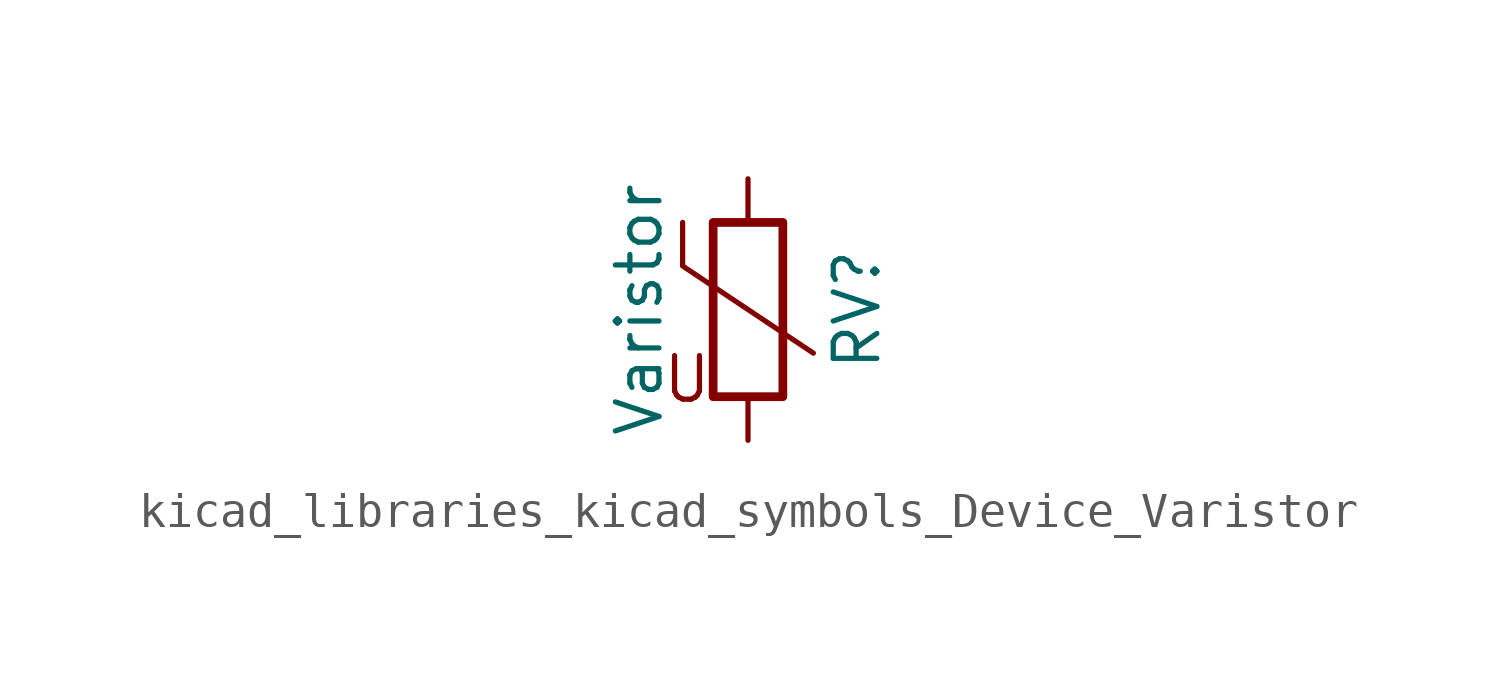
<source format=kicad_sym>
(kicad_symbol_lib
  (version 20220914)
  (generator kicad_symbol_editor)
  (symbol "kicad_libraries_kicad_symbols_Device_Varistor"
    (pin_numbers hide)
    (pin_names
      (offset 0))
    (property "Reference" "RV"
      (at 3.175 0 90)
      (effects (font (size 1.27 1.27))))
    (property "Value" "Varistor"
      (at -3.175 0 90)
      (effects (font (size 1.27 1.27))))
    (symbol "kicad_libraries_kicad_symbols_Device_Varistor_0_0"
      (text "U" (at -1.778 -2.032 0) (effects (font (size 1.27 1.27)))))
    (symbol "kicad_libraries_kicad_symbols_Device_Varistor_0_1"
      (rectangle (start -1.016 -2.54) (end 1.016 2.54) (stroke (width 0.254) (type default)) (fill (type none)))
      (polyline (pts (xy -1.905 2.54) (xy -1.905 1.27) (xy 1.905 -1.27)) (stroke (width 0) (type default)) (fill (type none))))
    (symbol "kicad_libraries_kicad_symbols_Device_Varistor_1_1"
      (pin passive line (at 0 3.81 270) (length 1.27) (name "~" (effects (font (size 1.27 1.27)))) (number "1" (effects (font (size 1.27 1.27)))))
      (pin passive line (at 0 -3.81 90) (length 1.27) (name "~" (effects (font (size 1.27 1.27)))) (number "2" (effects (font (size 1.27 1.27))))))))
</source>
